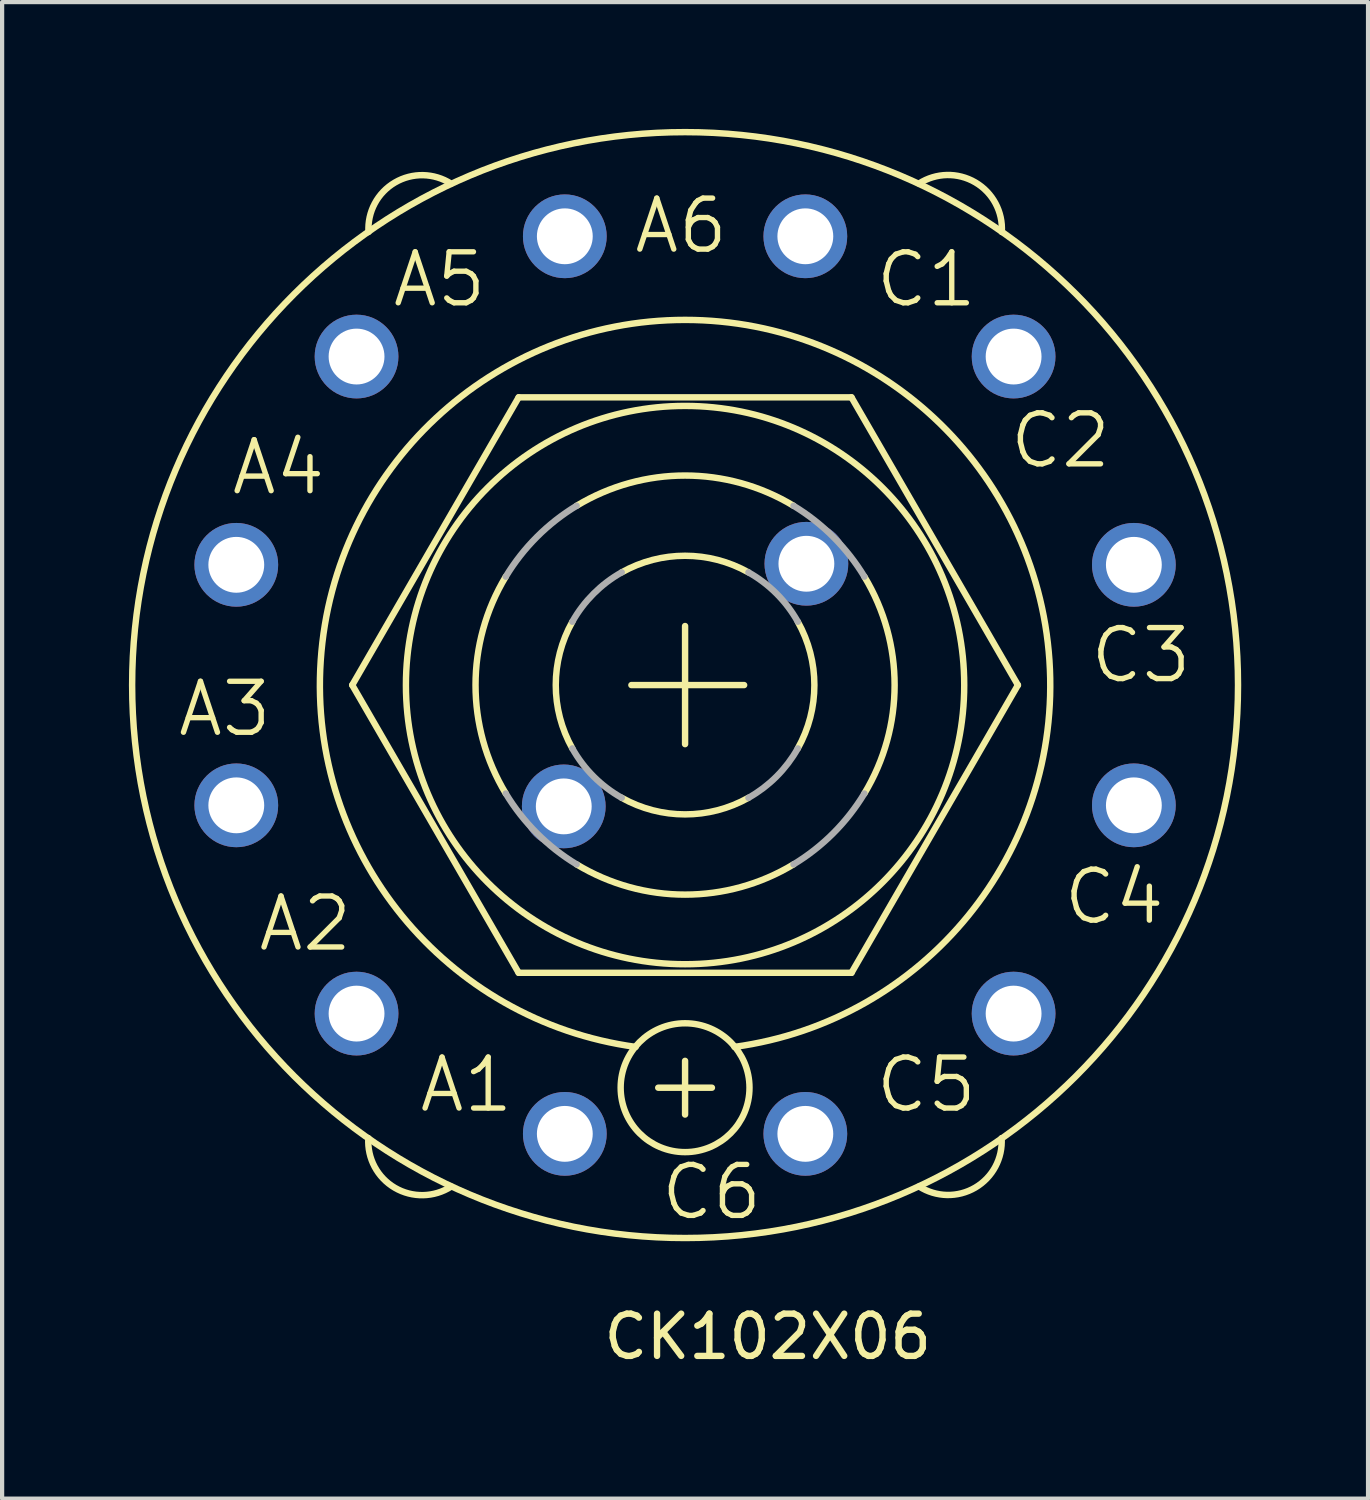
<source format=kicad_pcb>
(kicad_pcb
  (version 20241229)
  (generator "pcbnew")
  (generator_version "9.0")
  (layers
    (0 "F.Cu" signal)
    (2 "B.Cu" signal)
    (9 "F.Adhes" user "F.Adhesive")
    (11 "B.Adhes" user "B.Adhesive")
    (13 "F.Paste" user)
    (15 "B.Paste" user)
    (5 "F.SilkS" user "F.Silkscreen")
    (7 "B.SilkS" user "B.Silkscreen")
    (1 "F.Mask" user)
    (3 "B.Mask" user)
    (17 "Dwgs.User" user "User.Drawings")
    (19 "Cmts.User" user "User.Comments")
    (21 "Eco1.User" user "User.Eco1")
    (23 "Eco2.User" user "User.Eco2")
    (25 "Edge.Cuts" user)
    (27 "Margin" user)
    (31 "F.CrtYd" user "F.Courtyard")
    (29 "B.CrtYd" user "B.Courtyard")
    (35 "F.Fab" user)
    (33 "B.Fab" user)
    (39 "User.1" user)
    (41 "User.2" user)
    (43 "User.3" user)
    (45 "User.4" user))
  (footprint "CK102X06"
    (layer "F.Cu")
    (at 13.157 13.157)
    (property "Reference" "CK102X06" (at -2 16 0) (layer "F.SilkS") (effects (font (size 1 1) (thickness 0.15)) (justify left bottom)))
    (attr through_hole)
    (fp_line (start -7.874 0) (end -3.937 -6.807) (stroke (width 0.152) (type solid)) (layer "F.SilkS"))
    (fp_line (start -3.937 -6.807) (end 3.937 -6.807) (stroke (width 0.152) (type solid)) (layer "F.SilkS"))
    (fp_line (start -3.937 6.807) (end -7.874 0) (stroke (width 0.152) (type solid)) (layer "F.SilkS"))
    (fp_line (start -1.27 0) (end 1.397 0) (stroke (width 0.152) (type solid)) (layer "F.SilkS"))
    (fp_line (start -0.635 9.525) (end 0.635 9.525) (stroke (width 0.152) (type solid)) (layer "F.SilkS"))
    (fp_line (start 0 1.397) (end 0 -1.397) (stroke (width 0.152) (type solid)) (layer "F.SilkS"))
    (fp_line (start 0 8.89) (end 0 10.16) (stroke (width 0.152) (type solid)) (layer "F.SilkS"))
    (fp_line (start 3.937 -6.807) (end 7.874 0) (stroke (width 0.152) (type solid)) (layer "F.SilkS"))
    (fp_line (start 3.937 6.807) (end -3.937 6.807) (stroke (width 0.152) (type solid)) (layer "F.SilkS"))
    (fp_line (start 7.874 0) (end 3.937 6.807) (stroke (width 0.152) (type solid)) (layer "F.SilkS"))
    (fp_arc (start -7.4889 -10.719) (mid -6.863773 -11.889487) (end -5.537098 -11.861999) (stroke (width 0.1524) (type solid)) (layer "F.SilkS"))
    (fp_arc (start -5.534998 11.865199) (mid -6.86584 11.89293) (end -7.493 10.7188) (stroke (width 0.1524) (type solid)) (layer "F.SilkS"))
    (fp_arc (start -4.2418 2.5654) (mid -4.957232 0) (end -4.2418 -2.5654) (stroke (width 0.1524) (type solid)) (layer "F.SilkS"))
    (fp_arc (start -2.667 1.4986) (mid -3.059198 0) (end -2.667 -1.4986) (stroke (width 0.1524) (type solid)) (layer "F.SilkS"))
    (fp_arc (start -2.5654 -4.2418) (mid 0 -4.957232) (end 2.5654 -4.2418) (stroke (width 0.1524) (type solid)) (layer "F.SilkS"))
    (fp_arc (start -1.4986 -2.667) (mid 0 -3.059198) (end 1.4986 -2.667) (stroke (width 0.1524) (type solid)) (layer "F.SilkS"))
    (fp_arc (start -1.1684 8.5598) (mid 0 -8.639174) (end 1.1684 8.5598) (stroke (width 0.1524) (type solid)) (layer "F.SilkS"))
    (fp_arc (start 1.4986 2.667) (mid 0 3.059198) (end -1.4986 2.667) (stroke (width 0.1524) (type solid)) (layer "F.SilkS"))
    (fp_arc (start 2.5654 4.2418) (mid 0 4.957232) (end -2.5654 4.2418) (stroke (width 0.1524) (type solid)) (layer "F.SilkS"))
    (fp_arc (start 2.667 -1.4986) (mid 3.059198 0) (end 2.667 1.4986) (stroke (width 0.1524) (type solid)) (layer "F.SilkS"))
    (fp_arc (start 4.2418 -2.5654) (mid 4.957232 0) (end 4.2418 2.5654) (stroke (width 0.1524) (type solid)) (layer "F.SilkS"))
    (fp_arc (start 5.535 -11.8652) (mid 6.865842 -11.892929) (end 7.493 -10.718798) (stroke (width 0.1524) (type solid)) (layer "F.SilkS"))
    (fp_arc (start 7.488599 10.719) (mid 6.863612 11.889263) (end 5.5372 11.8618) (stroke (width 0.1524) (type solid)) (layer "F.SilkS"))
    (fp_circle (center 0 0) (end 6.604 0) (stroke (width 0.152) (type solid)) (fill no) (layer "F.SilkS"))
    (fp_circle (center 0 0) (end 13.081 0) (stroke (width 0.152) (type solid)) (fill no) (layer "F.SilkS"))
    (fp_circle (center 0 9.525) (end 1.524 9.525) (stroke (width 0.152) (type solid)) (fill no) (layer "F.SilkS"))
    (fp_arc (start -4.2418 -2.5654) (mid -3.505292 -3.505292) (end -2.5654 -4.2418) (stroke (width 0.1524) (type solid)) (layer "F.Fab"))
    (fp_arc (start -2.667 -1.4986) (mid -2.163179 -2.163179) (end -1.4986 -2.667) (stroke (width 0.1524) (type solid)) (layer "F.Fab"))
    (fp_arc (start -2.5654 4.2418) (mid -3.505292 3.505292) (end -4.2418 2.5654) (stroke (width 0.1524) (type solid)) (layer "F.Fab"))
    (fp_arc (start -1.4986 2.667) (mid -2.163179 2.163179) (end -2.667 1.4986) (stroke (width 0.1524) (type solid)) (layer "F.Fab"))
    (fp_arc (start 1.4986 -2.667) (mid 2.163179 -2.163179) (end 2.667 -1.4986) (stroke (width 0.1524) (type solid)) (layer "F.Fab"))
    (fp_arc (start 2.5654 -4.2418) (mid 3.505292 -3.505292) (end 4.2418 -2.5654) (stroke (width 0.1524) (type solid)) (layer "F.Fab"))
    (fp_arc (start 2.667 1.4986) (mid 2.163179 2.163179) (end 1.4986 2.667) (stroke (width 0.1524) (type solid)) (layer "F.Fab"))
    (fp_arc (start 4.2418 2.5654) (mid 3.505292 3.505292) (end 2.5654 4.2418) (stroke (width 0.1524) (type solid)) (layer "F.Fab"))
    (fp_text user "A1" (at -6.35 10.16 0) (layer "F.SilkS") (effects (font (size 1.206 1.206) (thickness 0.127)) (justify left bottom)))
    (fp_text user "A4" (at -10.795 -4.445 0) (layer "F.SilkS") (effects (font (size 1.206 1.206) (thickness 0.127)) (justify left bottom)))
    (fp_text user "C5" (at 4.445 10.16 0) (layer "F.SilkS") (effects (font (size 1.206 1.206) (thickness 0.127)) (justify left bottom)))
    (fp_text user "C6" (at -0.635 12.7 0) (layer "F.SilkS") (effects (font (size 1.206 1.206) (thickness 0.127)) (justify left bottom)))
    (fp_text user "A3" (at -12.065 1.27 0) (layer "F.SilkS") (effects (font (size 1.206 1.206) (thickness 0.127)) (justify left bottom)))
    (fp_text user "A2" (at -10.16 6.35 0) (layer "F.SilkS") (effects (font (size 1.206 1.206) (thickness 0.127)) (justify left bottom)))
    (fp_text user "C4" (at 8.89 5.715 0) (layer "F.SilkS") (effects (font (size 1.206 1.206) (thickness 0.127)) (justify left bottom)))
    (fp_text user "C3" (at 9.525 0 0) (layer "F.SilkS") (effects (font (size 1.206 1.206) (thickness 0.127)) (justify left bottom)))
    (fp_text user "C2" (at 7.62 -5.08 0) (layer "F.SilkS") (effects (font (size 1.206 1.206) (thickness 0.127)) (justify left bottom)))
    (fp_text user "A6" (at -1.27 -10.16 0) (layer "F.SilkS") (effects (font (size 1.206 1.206) (thickness 0.127)) (justify left bottom)))
    (fp_text user "C1" (at 4.445 -8.89 0) (layer "F.SilkS") (effects (font (size 1.206 1.206) (thickness 0.127)) (justify left bottom)))
    (fp_text user "A5" (at -6.985 -8.89 0) (layer "F.SilkS") (effects (font (size 1.206 1.206) (thickness 0.127)) (justify left bottom)))
    (pad "1" thru_hole circle (at -2.845 10.617) (size 1.981 1.981) (drill 1.321) (layers "*.Cu" "*.Mask"))
    (pad "2" thru_hole circle (at -7.772 7.772) (size 1.981 1.981) (drill 1.321) (layers "*.Cu" "*.Mask"))
    (pad "3" thru_hole circle (at -10.617 2.845) (size 1.981 1.981) (drill 1.321) (layers "*.Cu" "*.Mask"))
    (pad "4" thru_hole circle (at -10.617 -2.845) (size 1.981 1.981) (drill 1.321) (layers "*.Cu" "*.Mask"))
    (pad "5" thru_hole circle (at -7.772 -7.772) (size 1.981 1.981) (drill 1.321) (layers "*.Cu" "*.Mask"))
    (pad "6" thru_hole circle (at -2.845 -10.617) (size 1.981 1.981) (drill 1.321) (layers "*.Cu" "*.Mask"))
    (pad "7" thru_hole circle (at 2.845 -10.617) (size 1.981 1.981) (drill 1.321) (layers "*.Cu" "*.Mask"))
    (pad "8" thru_hole circle (at 7.772 -7.772) (size 1.981 1.981) (drill 1.321) (layers "*.Cu" "*.Mask"))
    (pad "9" thru_hole circle (at 10.617 -2.845) (size 1.981 1.981) (drill 1.321) (layers "*.Cu" "*.Mask"))
    (pad "10" thru_hole circle (at 10.617 2.845) (size 1.981 1.981) (drill 1.321) (layers "*.Cu" "*.Mask"))
    (pad "11" thru_hole circle (at 7.772 7.772) (size 1.981 1.981) (drill 1.321) (layers "*.Cu" "*.Mask"))
    (pad "12" thru_hole circle (at 2.845 10.617) (size 1.981 1.981) (drill 1.321) (layers "*.Cu" "*.Mask"))
    (pad "13" thru_hole circle (at -2.87 2.87) (size 1.981 1.981) (drill 1.321) (layers "*.Cu" "*.Mask"))
    (pad "14" thru_hole circle (at 2.87 -2.87) (size 1.981 1.981) (drill 1.321) (layers "*.Cu" "*.Mask")))
  (gr_rect
    (start -3 -3)
    (end 29.314 32.404)
    (stroke (width 0.1) (type default))
    (fill no)
    (layer "Edge.Cuts")))
</source>
